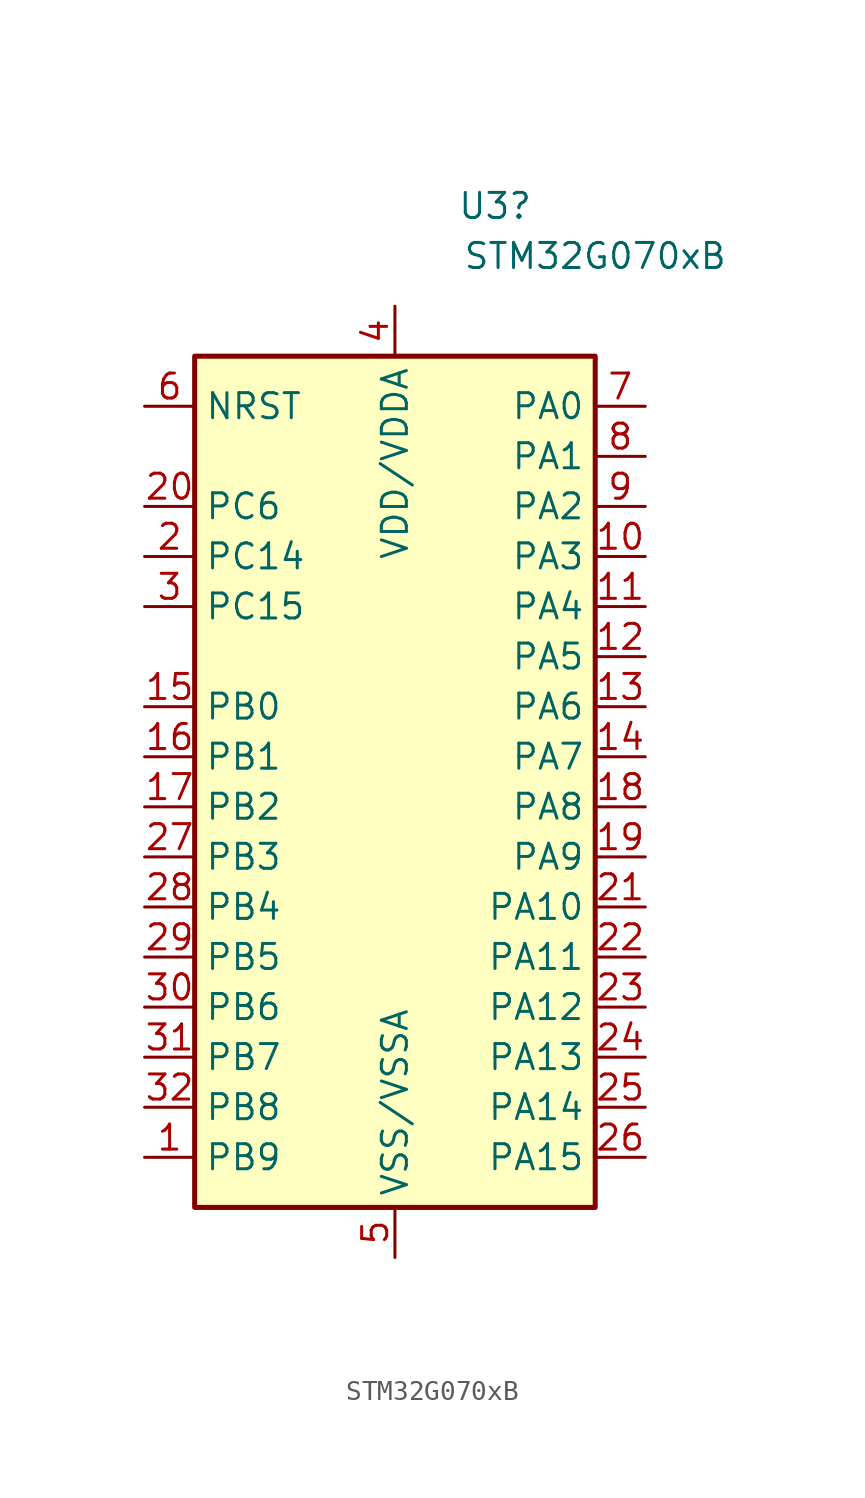
<source format=kicad_sym>
(kicad_symbol_lib
  (version 20211014)
  (generator kicad_symbol_editor)
  (symbol "STM32G070xB"
    (property "Reference" "U3"
      (at 5.08 27.94 0)
      (effects (font (size 1.27 1.27))))
    (property "Value" "STM32G070xB"
      (at 10.16 25.4 0)
      (effects (font (size 1.27 1.27))))
    (symbol "STM32G070xB_0_1"
      (rectangle (start -10.16 -22.86) (end 10.16 20.32) (stroke (width 0.254) (type default) (color 0 0 0 0)) (fill (type background))))
    (symbol "STM32G070xB_1_1"
      (pin bidirectional line (at -12.7 -20.32 0) (length 2.54) (name "PB9" (effects (font (size 1.27 1.27)))) (number "1" (effects (font (size 1.27 1.27)))))
      (pin bidirectional line (at 12.7 10.16 180) (length 2.54) (name "PA3" (effects (font (size 1.27 1.27)))) (number "10" (effects (font (size 1.27 1.27)))))
      (pin bidirectional line (at 12.7 7.62 180) (length 2.54) (name "PA4" (effects (font (size 1.27 1.27)))) (number "11" (effects (font (size 1.27 1.27)))))
      (pin bidirectional line (at 12.7 5.08 180) (length 2.54) (name "PA5" (effects (font (size 1.27 1.27)))) (number "12" (effects (font (size 1.27 1.27)))))
      (pin bidirectional line (at 12.7 2.54 180) (length 2.54) (name "PA6" (effects (font (size 1.27 1.27)))) (number "13" (effects (font (size 1.27 1.27)))))
      (pin bidirectional line (at 12.7 0 180) (length 2.54) (name "PA7" (effects (font (size 1.27 1.27)))) (number "14" (effects (font (size 1.27 1.27)))))
      (pin bidirectional line (at -12.7 2.54 0) (length 2.54) (name "PB0" (effects (font (size 1.27 1.27)))) (number "15" (effects (font (size 1.27 1.27)))))
      (pin bidirectional line (at -12.7 0 0) (length 2.54) (name "PB1" (effects (font (size 1.27 1.27)))) (number "16" (effects (font (size 1.27 1.27)))))
      (pin bidirectional line (at -12.7 -2.54 0) (length 2.54) (name "PB2" (effects (font (size 1.27 1.27)))) (number "17" (effects (font (size 1.27 1.27)))))
      (pin bidirectional line (at 12.7 -2.54 180) (length 2.54) (name "PA8" (effects (font (size 1.27 1.27)))) (number "18" (effects (font (size 1.27 1.27)))))
      (pin bidirectional line (at 12.7 -5.08 180) (length 2.54) (name "PA9" (effects (font (size 1.27 1.27)))) (number "19" (effects (font (size 1.27 1.27)))))
      (pin bidirectional line (at -12.7 10.16 0) (length 2.54) (name "PC14" (effects (font (size 1.27 1.27)))) (number "2" (effects (font (size 1.27 1.27)))))
      (pin bidirectional line (at -12.7 12.7 0) (length 2.54) (name "PC6" (effects (font (size 1.27 1.27)))) (number "20" (effects (font (size 1.27 1.27)))))
      (pin bidirectional line (at 12.7 -7.62 180) (length 2.54) (name "PA10" (effects (font (size 1.27 1.27)))) (number "21" (effects (font (size 1.27 1.27)))))
      (pin bidirectional line (at 12.7 -10.16 180) (length 2.54) (name "PA11" (effects (font (size 1.27 1.27)))) (number "22" (effects (font (size 1.27 1.27)))))
      (pin bidirectional line (at 12.7 -12.7 180) (length 2.54) (name "PA12" (effects (font (size 1.27 1.27)))) (number "23" (effects (font (size 1.27 1.27)))))
      (pin bidirectional line (at 12.7 -15.24 180) (length 2.54) (name "PA13" (effects (font (size 1.27 1.27)))) (number "24" (effects (font (size 1.27 1.27)))))
      (pin bidirectional line (at 12.7 -17.78 180) (length 2.54) (name "PA14" (effects (font (size 1.27 1.27)))) (number "25" (effects (font (size 1.27 1.27)))))
      (pin bidirectional line (at 12.7 -20.32 180) (length 2.54) (name "PA15" (effects (font (size 1.27 1.27)))) (number "26" (effects (font (size 1.27 1.27)))))
      (pin bidirectional line (at -12.7 -5.08 0) (length 2.54) (name "PB3" (effects (font (size 1.27 1.27)))) (number "27" (effects (font (size 1.27 1.27)))))
      (pin bidirectional line (at -12.7 -7.62 0) (length 2.54) (name "PB4" (effects (font (size 1.27 1.27)))) (number "28" (effects (font (size 1.27 1.27)))))
      (pin bidirectional line (at -12.7 -10.16 0) (length 2.54) (name "PB5" (effects (font (size 1.27 1.27)))) (number "29" (effects (font (size 1.27 1.27)))))
      (pin bidirectional line (at -12.7 7.62 0) (length 2.54) (name "PC15" (effects (font (size 1.27 1.27)))) (number "3" (effects (font (size 1.27 1.27)))))
      (pin bidirectional line (at -12.7 -12.7 0) (length 2.54) (name "PB6" (effects (font (size 1.27 1.27)))) (number "30" (effects (font (size 1.27 1.27)))))
      (pin bidirectional line (at -12.7 -15.24 0) (length 2.54) (name "PB7" (effects (font (size 1.27 1.27)))) (number "31" (effects (font (size 1.27 1.27)))))
      (pin bidirectional line (at -12.7 -17.78 0) (length 2.54) (name "PB8" (effects (font (size 1.27 1.27)))) (number "32" (effects (font (size 1.27 1.27)))))
      (pin power_in line (at 0 22.86 270) (length 2.54) (name "VDD/VDDA" (effects (font (size 1.27 1.27)))) (number "4" (effects (font (size 1.27 1.27)))))
      (pin power_in line (at 0 -25.4 90) (length 2.54) (name "VSS/VSSA" (effects (font (size 1.27 1.27)))) (number "5" (effects (font (size 1.27 1.27)))))
      (pin input line (at -12.7 17.78 0) (length 2.54) (name "NRST" (effects (font (size 1.27 1.27)))) (number "6" (effects (font (size 1.27 1.27)))))
      (pin bidirectional line (at 12.7 17.78 180) (length 2.54) (name "PA0" (effects (font (size 1.27 1.27)))) (number "7" (effects (font (size 1.27 1.27)))))
      (pin bidirectional line (at 12.7 15.24 180) (length 2.54) (name "PA1" (effects (font (size 1.27 1.27)))) (number "8" (effects (font (size 1.27 1.27)))))
      (pin bidirectional line (at 12.7 12.7 180) (length 2.54) (name "PA2" (effects (font (size 1.27 1.27)))) (number "9" (effects (font (size 1.27 1.27))))))))
</source>
